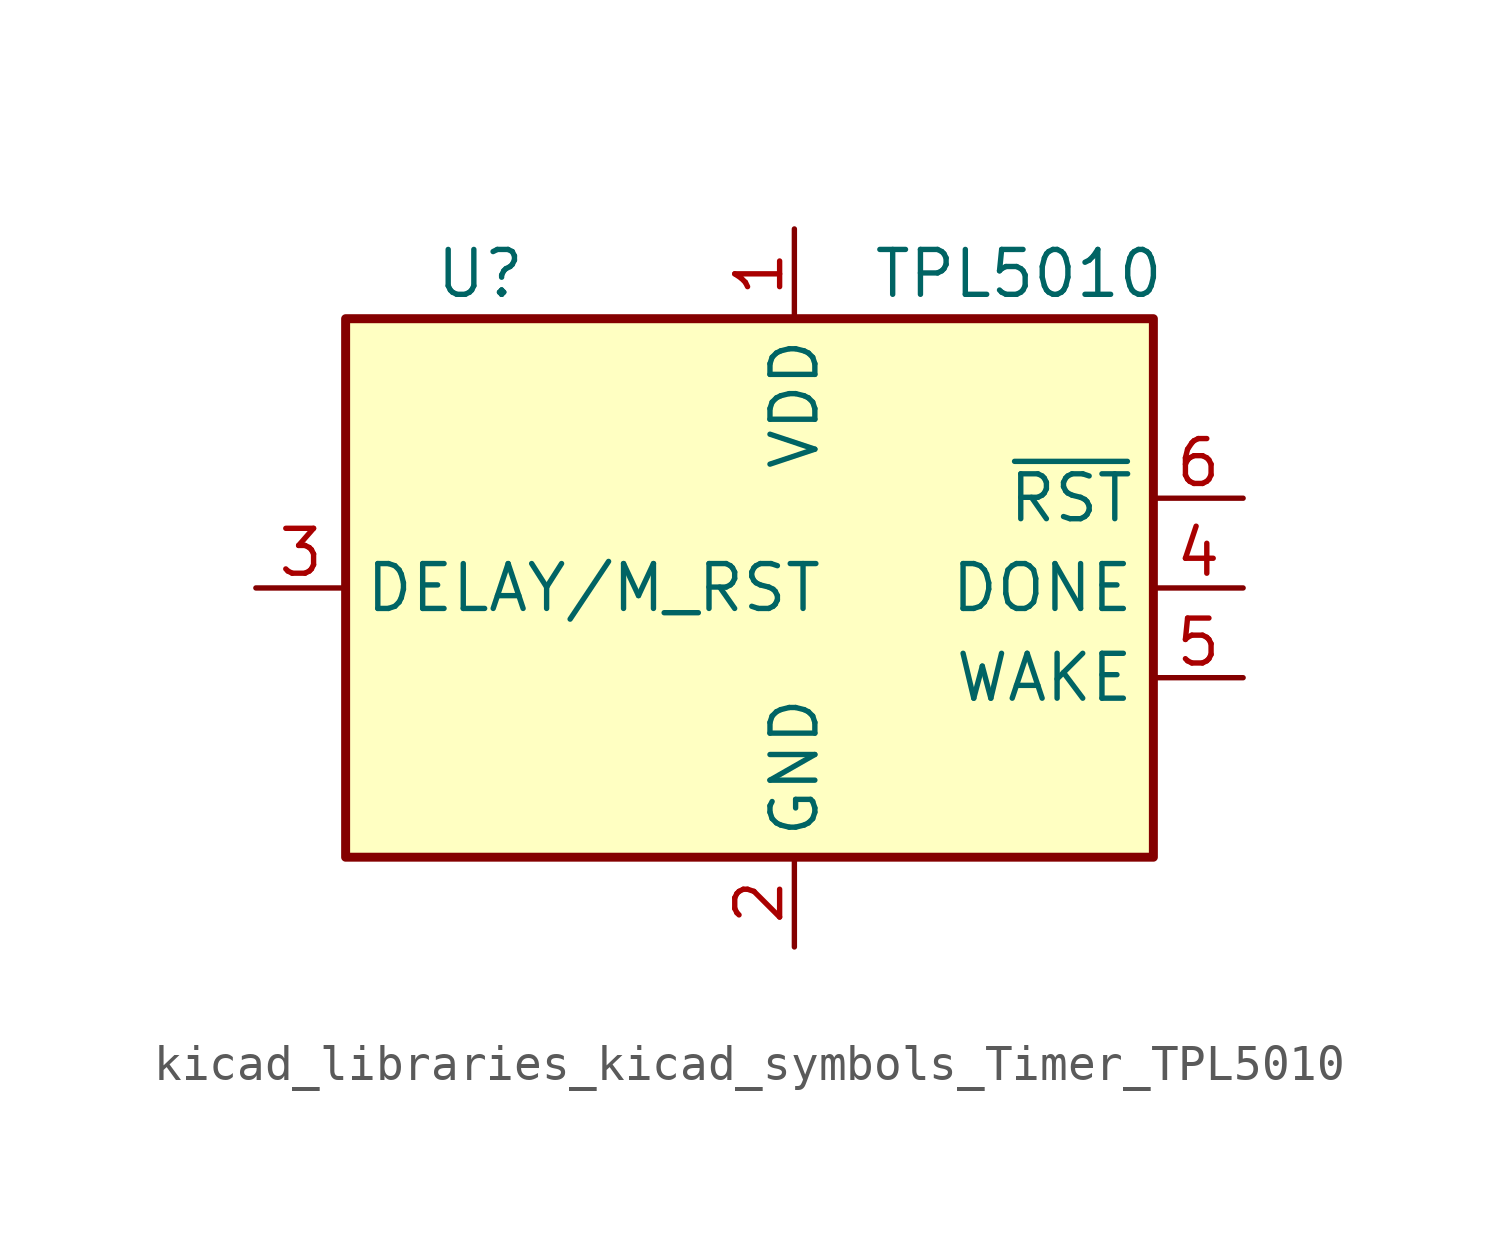
<source format=kicad_sym>
(kicad_symbol_lib
  (version 20220914)
  (generator kicad_symbol_editor)
  (symbol "kicad_libraries_kicad_symbols_Timer_TPL5010"
    (property "Reference" "U"
      (at -8.89 8.89 0)
      (effects (font (size 1.27 1.27))))
    (property "Value" "TPL5010"
      (at 6.35 8.89 0)
      (effects (font (size 1.27 1.27))))
    (symbol "kicad_libraries_kicad_symbols_Timer_TPL5010_0_1"
      (rectangle (start -12.7 7.62) (end 10.16 -7.62) (stroke (width 0.254) (type default)) (fill (type background))))
    (symbol "kicad_libraries_kicad_symbols_Timer_TPL5010_1_1"
      (pin power_in line (at 0 10.16 270) (length 2.54) (name "VDD" (effects (font (size 1.27 1.27)))) (number "1" (effects (font (size 1.27 1.27)))))
      (pin power_in line (at 0 -10.16 90) (length 2.54) (name "GND" (effects (font (size 1.27 1.27)))) (number "2" (effects (font (size 1.27 1.27)))))
      (pin input line (at -15.24 0 0) (length 2.54) (name "DELAY/M_RST" (effects (font (size 1.27 1.27)))) (number "3" (effects (font (size 1.27 1.27)))))
      (pin input line (at 12.7 0 180) (length 2.54) (name "DONE" (effects (font (size 1.27 1.27)))) (number "4" (effects (font (size 1.27 1.27)))))
      (pin output line (at 12.7 -2.54 180) (length 2.54) (name "WAKE" (effects (font (size 1.27 1.27)))) (number "5" (effects (font (size 1.27 1.27)))))
      (pin open_collector line (at 12.7 2.54 180) (length 2.54) (name "~{RST}" (effects (font (size 1.27 1.27)))) (number "6" (effects (font (size 1.27 1.27))))))))
</source>
